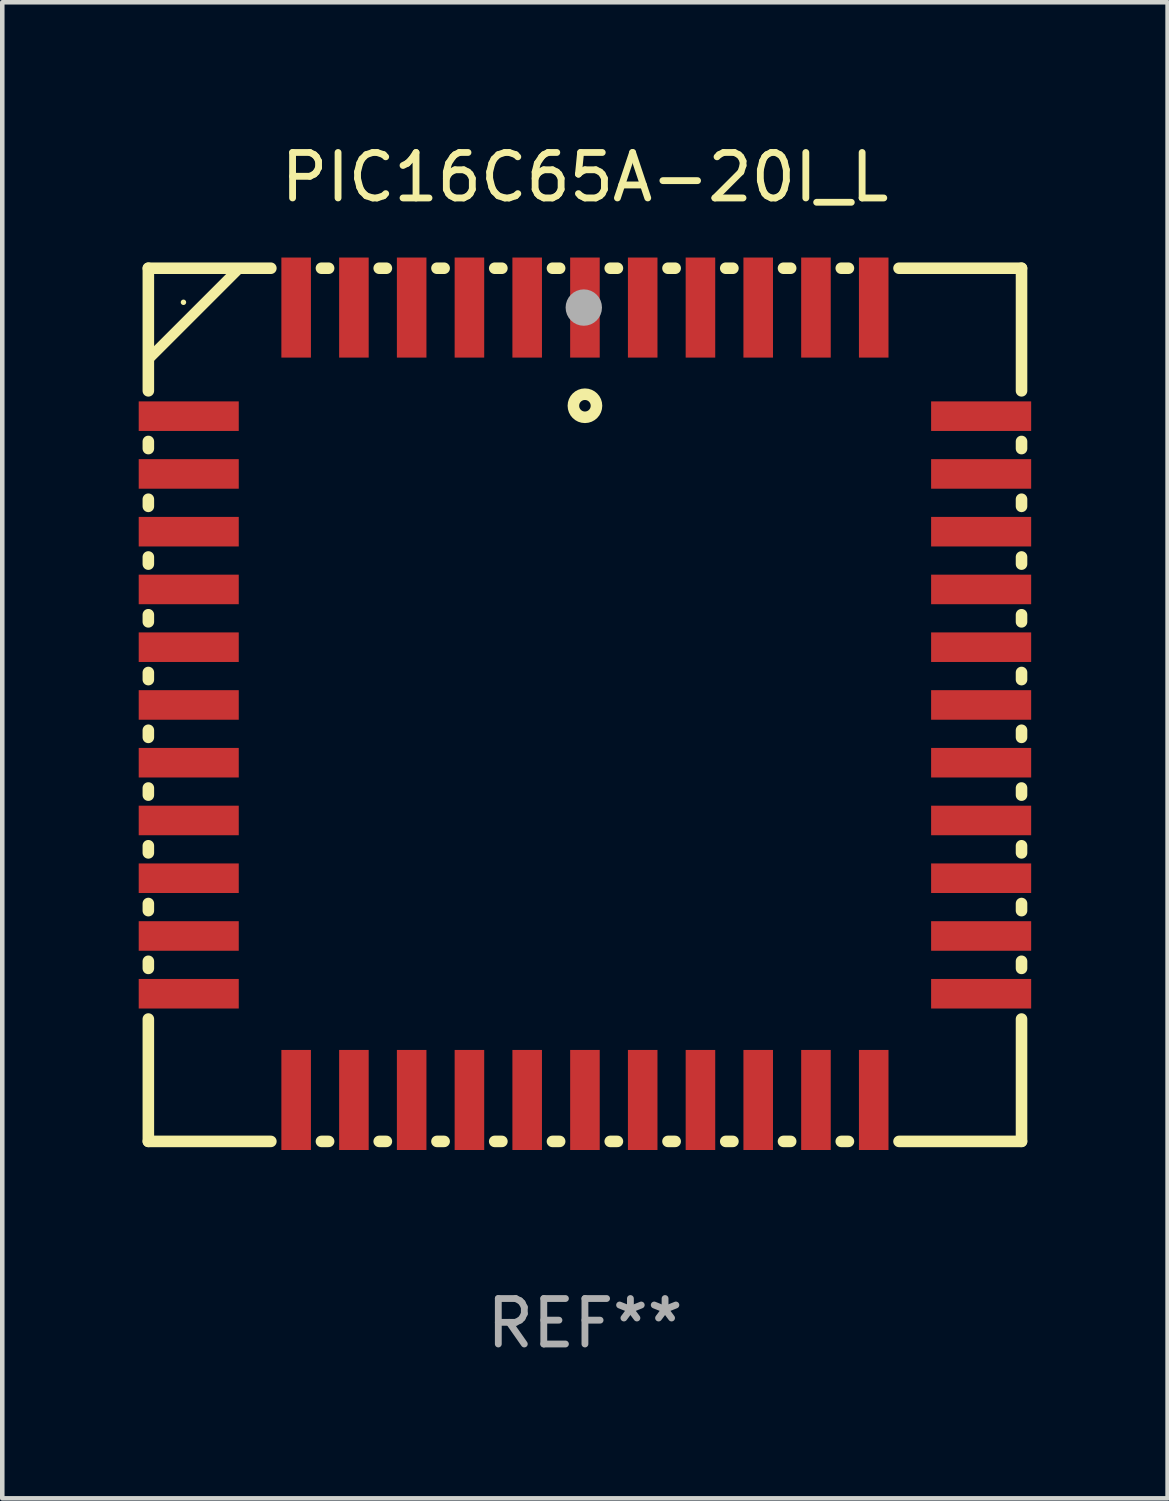
<source format=kicad_pcb>
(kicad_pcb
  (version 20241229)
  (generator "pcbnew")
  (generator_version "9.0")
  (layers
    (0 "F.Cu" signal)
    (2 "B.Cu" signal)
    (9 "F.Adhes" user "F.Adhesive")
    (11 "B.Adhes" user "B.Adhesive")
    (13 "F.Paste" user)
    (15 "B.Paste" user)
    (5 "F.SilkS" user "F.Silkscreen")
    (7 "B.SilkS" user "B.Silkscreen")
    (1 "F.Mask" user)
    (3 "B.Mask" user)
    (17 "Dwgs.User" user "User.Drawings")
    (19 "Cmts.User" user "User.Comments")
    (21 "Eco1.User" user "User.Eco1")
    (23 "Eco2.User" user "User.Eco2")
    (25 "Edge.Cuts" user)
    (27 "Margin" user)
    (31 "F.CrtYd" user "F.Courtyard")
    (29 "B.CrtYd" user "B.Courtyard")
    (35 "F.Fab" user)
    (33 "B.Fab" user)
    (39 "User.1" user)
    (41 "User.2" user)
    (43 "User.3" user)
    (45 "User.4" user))
  (footprint "PIC16C65A-20I_L"
    (layer "F.Cu")
    (at 9.812 12.448)
    (property "Reference" "PIC16C65A-20I_L" (at 0 -11.6 0) (layer "F.SilkS") (effects (font (size 1 1) (thickness 0.15))))
    (attr through_hole)
    (fp_line (start -9.6 -9.6) (end -6.906 -9.6) (stroke (width 0.254) (type solid)) (layer "F.SilkS"))
    (fp_line (start -9.6 -6.904) (end -9.6 -9.6) (stroke (width 0.254) (type solid)) (layer "F.SilkS"))
    (fp_line (start -9.6 -5.634) (end -9.6 -5.791) (stroke (width 0.254) (type solid)) (layer "F.SilkS"))
    (fp_line (start -9.6 -4.364) (end -9.6 -4.521) (stroke (width 0.254) (type solid)) (layer "F.SilkS"))
    (fp_line (start -9.6 -3.094) (end -9.6 -3.251) (stroke (width 0.254) (type solid)) (layer "F.SilkS"))
    (fp_line (start -9.6 -1.824) (end -9.6 -1.981) (stroke (width 0.254) (type solid)) (layer "F.SilkS"))
    (fp_line (start -9.6 -0.554) (end -9.6 -0.711) (stroke (width 0.254) (type solid)) (layer "F.SilkS"))
    (fp_line (start -9.6 0.716) (end -9.6 0.559) (stroke (width 0.254) (type solid)) (layer "F.SilkS"))
    (fp_line (start -9.6 1.986) (end -9.6 1.829) (stroke (width 0.254) (type solid)) (layer "F.SilkS"))
    (fp_line (start -9.6 3.256) (end -9.6 3.099) (stroke (width 0.254) (type solid)) (layer "F.SilkS"))
    (fp_line (start -9.6 4.526) (end -9.6 4.369) (stroke (width 0.254) (type solid)) (layer "F.SilkS"))
    (fp_line (start -9.6 5.796) (end -9.6 5.639) (stroke (width 0.254) (type solid)) (layer "F.SilkS"))
    (fp_line (start -9.6 9.6) (end -9.6 6.909) (stroke (width 0.254) (type solid)) (layer "F.SilkS"))
    (fp_line (start -7.6 -9.6) (end -9.6 -7.6) (stroke (width 0.229) (type solid)) (layer "F.SilkS"))
    (fp_line (start -6.906 9.6) (end -9.6 9.6) (stroke (width 0.254) (type solid)) (layer "F.SilkS"))
    (fp_line (start -5.794 -9.6) (end -5.636 -9.6) (stroke (width 0.254) (type solid)) (layer "F.SilkS"))
    (fp_line (start -5.636 9.6) (end -5.794 9.6) (stroke (width 0.254) (type solid)) (layer "F.SilkS"))
    (fp_line (start -4.524 -9.6) (end -4.366 -9.6) (stroke (width 0.254) (type solid)) (layer "F.SilkS"))
    (fp_line (start -4.366 9.6) (end -4.524 9.6) (stroke (width 0.254) (type solid)) (layer "F.SilkS"))
    (fp_line (start -3.254 -9.6) (end -3.096 -9.6) (stroke (width 0.254) (type solid)) (layer "F.SilkS"))
    (fp_line (start -3.096 9.6) (end -3.254 9.6) (stroke (width 0.254) (type solid)) (layer "F.SilkS"))
    (fp_line (start -1.984 -9.6) (end -1.826 -9.6) (stroke (width 0.254) (type solid)) (layer "F.SilkS"))
    (fp_line (start -1.826 9.6) (end -1.984 9.6) (stroke (width 0.254) (type solid)) (layer "F.SilkS"))
    (fp_line (start -0.714 -9.6) (end -0.556 -9.6) (stroke (width 0.254) (type solid)) (layer "F.SilkS"))
    (fp_line (start -0.556 9.6) (end -0.714 9.6) (stroke (width 0.254) (type solid)) (layer "F.SilkS"))
    (fp_line (start 0.556 -9.6) (end 0.714 -9.6) (stroke (width 0.254) (type solid)) (layer "F.SilkS"))
    (fp_line (start 0.714 9.6) (end 0.556 9.6) (stroke (width 0.254) (type solid)) (layer "F.SilkS"))
    (fp_line (start 1.826 -9.6) (end 1.984 -9.6) (stroke (width 0.254) (type solid)) (layer "F.SilkS"))
    (fp_line (start 1.984 9.6) (end 1.826 9.6) (stroke (width 0.254) (type solid)) (layer "F.SilkS"))
    (fp_line (start 3.096 -9.6) (end 3.254 -9.6) (stroke (width 0.254) (type solid)) (layer "F.SilkS"))
    (fp_line (start 3.254 9.6) (end 3.096 9.6) (stroke (width 0.254) (type solid)) (layer "F.SilkS"))
    (fp_line (start 4.366 -9.6) (end 4.524 -9.6) (stroke (width 0.254) (type solid)) (layer "F.SilkS"))
    (fp_line (start 4.524 9.6) (end 4.366 9.6) (stroke (width 0.254) (type solid)) (layer "F.SilkS"))
    (fp_line (start 5.636 -9.6) (end 5.794 -9.6) (stroke (width 0.254) (type solid)) (layer "F.SilkS"))
    (fp_line (start 5.794 9.6) (end 5.636 9.6) (stroke (width 0.254) (type solid)) (layer "F.SilkS"))
    (fp_line (start 6.906 -9.6) (end 9.6 -9.6) (stroke (width 0.254) (type solid)) (layer "F.SilkS"))
    (fp_line (start 9.6 -6.904) (end 9.6 -9.6) (stroke (width 0.254) (type solid)) (layer "F.SilkS"))
    (fp_line (start 9.6 -5.634) (end 9.6 -5.791) (stroke (width 0.254) (type solid)) (layer "F.SilkS"))
    (fp_line (start 9.6 -4.364) (end 9.6 -4.521) (stroke (width 0.254) (type solid)) (layer "F.SilkS"))
    (fp_line (start 9.6 -3.094) (end 9.6 -3.251) (stroke (width 0.254) (type solid)) (layer "F.SilkS"))
    (fp_line (start 9.6 -1.824) (end 9.6 -1.981) (stroke (width 0.254) (type solid)) (layer "F.SilkS"))
    (fp_line (start 9.6 -0.554) (end 9.6 -0.711) (stroke (width 0.254) (type solid)) (layer "F.SilkS"))
    (fp_line (start 9.6 0.716) (end 9.6 0.559) (stroke (width 0.254) (type solid)) (layer "F.SilkS"))
    (fp_line (start 9.6 1.986) (end 9.6 1.829) (stroke (width 0.254) (type solid)) (layer "F.SilkS"))
    (fp_line (start 9.6 3.256) (end 9.6 3.099) (stroke (width 0.254) (type solid)) (layer "F.SilkS"))
    (fp_line (start 9.6 4.526) (end 9.6 4.369) (stroke (width 0.254) (type solid)) (layer "F.SilkS"))
    (fp_line (start 9.6 5.796) (end 9.6 5.639) (stroke (width 0.254) (type solid)) (layer "F.SilkS"))
    (fp_line (start 9.6 9.6) (end 6.906 9.6) (stroke (width 0.254) (type solid)) (layer "F.SilkS"))
    (fp_line (start 9.6 9.6) (end 9.6 6.909) (stroke (width 0.254) (type solid)) (layer "F.SilkS"))
    (fp_line (start 9.6 9.6) (end 9.6 8.352) (stroke (width 0.229) (type solid)) (layer "F.SilkS"))
    (fp_circle (center -8.828 -8.851) (end -8.798 -8.851) (stroke (width 0.06) (type solid)) (fill no) (layer "F.SilkS"))
    (fp_circle (center 0 -6.576) (end 0.254 -6.576) (stroke (width 0.254) (type solid)) (fill no) (layer "F.SilkS"))
    (fp_circle (center -0.025 -8.735) (end 0.175 -8.735) (stroke (width 0.4) (type solid)) (fill no) (layer "F.Fab"))
    (fp_text user "REF**" (at 0 13.6 0) (layer "F.Fab") (effects (font (size 1 1) (thickness 0.15))))
    (pad "1" smd rect (at 0 -8.735 180) (size 0.65 2.2) (layers "F.Cu" "F.Mask" "F.Paste"))
    (pad "2" smd rect (at -1.27 -8.735 180) (size 0.65 2.2) (layers "F.Cu" "F.Mask" "F.Paste"))
    (pad "3" smd rect (at -2.54 -8.735 180) (size 0.65 2.2) (layers "F.Cu" "F.Mask" "F.Paste"))
    (pad "4" smd rect (at -3.81 -8.735 180) (size 0.65 2.2) (layers "F.Cu" "F.Mask" "F.Paste"))
    (pad "5" smd rect (at -5.08 -8.735 180) (size 0.65 2.2) (layers "F.Cu" "F.Mask" "F.Paste"))
    (pad "6" smd rect (at -6.35 -8.735 180) (size 0.65 2.2) (layers "F.Cu" "F.Mask" "F.Paste"))
    (pad "7" smd rect (at -8.712 -6.347 180) (size 2.2 0.65) (layers "F.Cu" "F.Mask" "F.Paste"))
    (pad "8" smd rect (at -8.712 -5.077 180) (size 2.2 0.65) (layers "F.Cu" "F.Mask" "F.Paste"))
    (pad "9" smd rect (at -8.712 -3.807 180) (size 2.2 0.65) (layers "F.Cu" "F.Mask" "F.Paste"))
    (pad "10" smd rect (at -8.712 -2.537 180) (size 2.2 0.65) (layers "F.Cu" "F.Mask" "F.Paste"))
    (pad "11" smd rect (at -8.712 -1.267 180) (size 2.2 0.65) (layers "F.Cu" "F.Mask" "F.Paste"))
    (pad "12" smd rect (at -8.712 0.003 180) (size 2.2 0.65) (layers "F.Cu" "F.Mask" "F.Paste"))
    (pad "13" smd rect (at -8.712 1.273 180) (size 2.2 0.65) (layers "F.Cu" "F.Mask" "F.Paste"))
    (pad "14" smd rect (at -8.712 2.543 180) (size 2.2 0.65) (layers "F.Cu" "F.Mask" "F.Paste"))
    (pad "15" smd rect (at -8.712 3.813 180) (size 2.2 0.65) (layers "F.Cu" "F.Mask" "F.Paste"))
    (pad "16" smd rect (at -8.712 5.083 180) (size 2.2 0.65) (layers "F.Cu" "F.Mask" "F.Paste"))
    (pad "17" smd rect (at -8.712 6.353 180) (size 2.2 0.65) (layers "F.Cu" "F.Mask" "F.Paste"))
    (pad "18" smd rect (at -6.35 8.689 180) (size 0.65 2.2) (layers "F.Cu" "F.Mask" "F.Paste"))
    (pad "19" smd rect (at -5.08 8.689 180) (size 0.65 2.2) (layers "F.Cu" "F.Mask" "F.Paste"))
    (pad "20" smd rect (at -3.81 8.689 180) (size 0.65 2.2) (layers "F.Cu" "F.Mask" "F.Paste"))
    (pad "21" smd rect (at -2.54 8.689 180) (size 0.65 2.2) (layers "F.Cu" "F.Mask" "F.Paste"))
    (pad "22" smd rect (at -1.27 8.689 180) (size 0.65 2.2) (layers "F.Cu" "F.Mask" "F.Paste"))
    (pad "23" smd rect (at 0 8.689 180) (size 0.65 2.2) (layers "F.Cu" "F.Mask" "F.Paste"))
    (pad "24" smd rect (at 1.27 8.689 180) (size 0.65 2.2) (layers "F.Cu" "F.Mask" "F.Paste"))
    (pad "25" smd rect (at 2.54 8.689 180) (size 0.65 2.2) (layers "F.Cu" "F.Mask" "F.Paste"))
    (pad "26" smd rect (at 3.81 8.689 180) (size 0.65 2.2) (layers "F.Cu" "F.Mask" "F.Paste"))
    (pad "27" smd rect (at 5.08 8.689 180) (size 0.65 2.2) (layers "F.Cu" "F.Mask" "F.Paste"))
    (pad "28" smd rect (at 6.35 8.689 180) (size 0.65 2.2) (layers "F.Cu" "F.Mask" "F.Paste"))
    (pad "29" smd rect (at 8.712 6.353 180) (size 2.2 0.65) (layers "F.Cu" "F.Mask" "F.Paste"))
    (pad "30" smd rect (at 8.712 5.083 180) (size 2.2 0.65) (layers "F.Cu" "F.Mask" "F.Paste"))
    (pad "31" smd rect (at 8.712 3.813 180) (size 2.2 0.65) (layers "F.Cu" "F.Mask" "F.Paste"))
    (pad "32" smd rect (at 8.712 2.543 180) (size 2.2 0.65) (layers "F.Cu" "F.Mask" "F.Paste"))
    (pad "33" smd rect (at 8.712 1.273 180) (size 2.2 0.65) (layers "F.Cu" "F.Mask" "F.Paste"))
    (pad "34" smd rect (at 8.712 0.003 180) (size 2.2 0.65) (layers "F.Cu" "F.Mask" "F.Paste"))
    (pad "35" smd rect (at 8.712 -1.267 180) (size 2.2 0.65) (layers "F.Cu" "F.Mask" "F.Paste"))
    (pad "36" smd rect (at 8.712 -2.537 180) (size 2.2 0.65) (layers "F.Cu" "F.Mask" "F.Paste"))
    (pad "37" smd rect (at 8.712 -3.807 180) (size 2.2 0.65) (layers "F.Cu" "F.Mask" "F.Paste"))
    (pad "38" smd rect (at 8.712 -5.077 180) (size 2.2 0.65) (layers "F.Cu" "F.Mask" "F.Paste"))
    (pad "39" smd rect (at 8.712 -6.347 180) (size 2.2 0.65) (layers "F.Cu" "F.Mask" "F.Paste"))
    (pad "40" smd rect (at 6.35 -8.735 180) (size 0.65 2.2) (layers "F.Cu" "F.Mask" "F.Paste"))
    (pad "41" smd rect (at 5.08 -8.735 180) (size 0.65 2.2) (layers "F.Cu" "F.Mask" "F.Paste"))
    (pad "42" smd rect (at 3.81 -8.735 180) (size 0.65 2.2) (layers "F.Cu" "F.Mask" "F.Paste"))
    (pad "43" smd rect (at 2.54 -8.735 180) (size 0.65 2.2) (layers "F.Cu" "F.Mask" "F.Paste"))
    (pad "44" smd rect (at 1.27 -8.735 180) (size 0.65 2.2) (layers "F.Cu" "F.Mask" "F.Paste")))
  (gr_rect
    (start -3 -3)
    (end 22.624 29.897)
    (stroke (width 0.1) (type default))
    (fill no)
    (layer "Edge.Cuts")))
</source>
